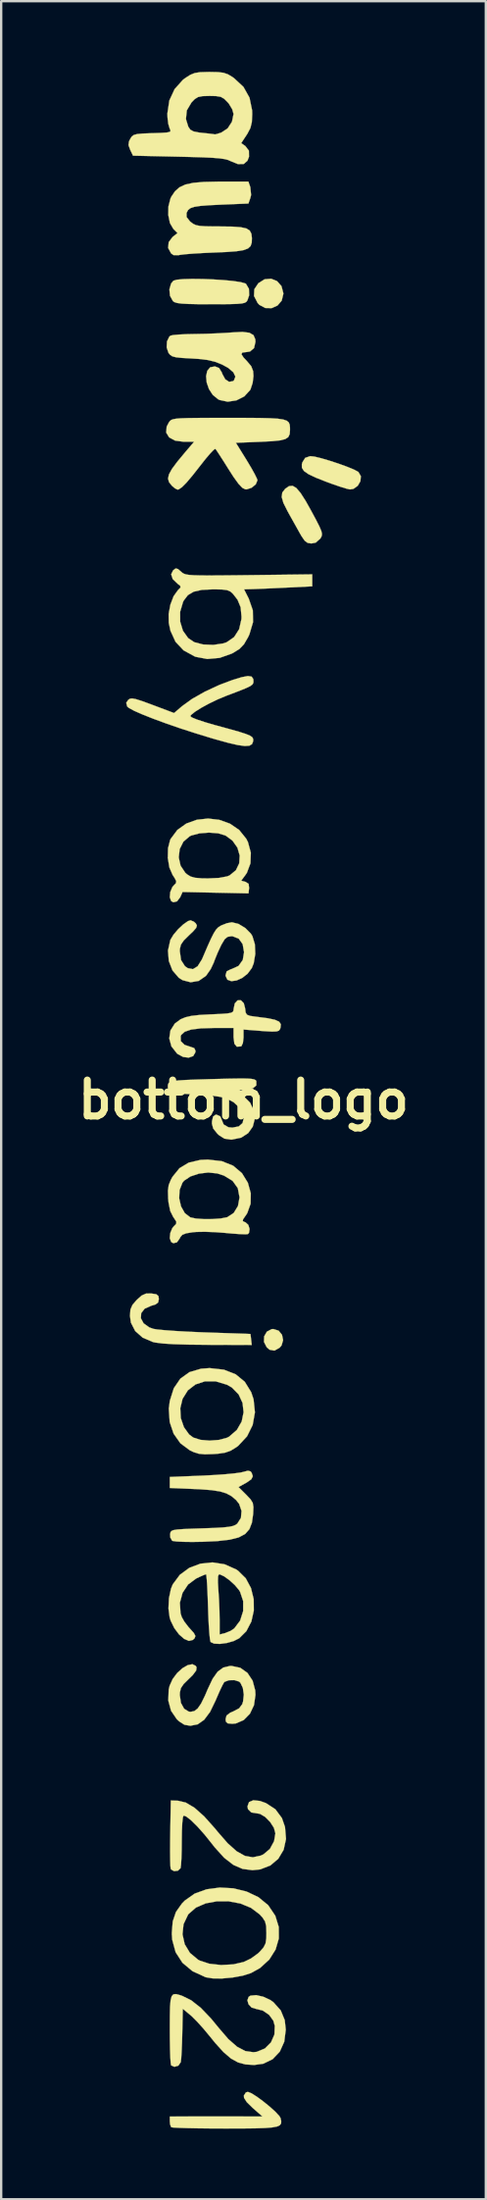
<source format=kicad_pcb>
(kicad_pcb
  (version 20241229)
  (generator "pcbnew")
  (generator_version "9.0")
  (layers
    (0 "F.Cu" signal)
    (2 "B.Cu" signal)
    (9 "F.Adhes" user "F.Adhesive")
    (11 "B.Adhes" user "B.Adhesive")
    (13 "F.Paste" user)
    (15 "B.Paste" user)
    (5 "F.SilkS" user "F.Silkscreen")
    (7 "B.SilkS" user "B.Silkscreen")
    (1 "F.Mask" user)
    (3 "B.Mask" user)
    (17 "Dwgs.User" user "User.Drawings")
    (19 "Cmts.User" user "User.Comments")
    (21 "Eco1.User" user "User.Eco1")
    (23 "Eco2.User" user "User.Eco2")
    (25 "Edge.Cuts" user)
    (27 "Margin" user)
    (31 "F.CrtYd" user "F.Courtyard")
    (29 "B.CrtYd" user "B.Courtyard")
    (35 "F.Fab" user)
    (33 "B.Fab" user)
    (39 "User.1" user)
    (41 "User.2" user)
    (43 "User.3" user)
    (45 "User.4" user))
  (footprint "bottom_logo"
    (layer "F.Cu")
    (at 7.301 43.651)
    (property "Reference" "bottom_logo" (at 0 0 0) (layer "F.SilkS") (effects (font (size 1.524 1.524) (thickness 0.3))))
    (attr through_hole)
    (fp_poly (pts (xy 1.493 9.807) (xy 1.636 9.982) (xy 1.683 10.21) (xy 1.616 10.436) (xy 1.538 10.528) (xy 1.315 10.655) (xy 1.105 10.615) (xy 0.987 10.513) (xy 0.87 10.286) (xy 0.878 10.048) (xy 0.992 9.85) (xy 1.195 9.743) (xy 1.27 9.737) (xy 1.493 9.807)) (stroke (width 0.01) (type solid)) (fill yes) (layer "F.SilkS"))
    (fp_poly (pts (xy 1.427 -34.763) (xy 1.613 -34.552) (xy 1.693 -34.25) (xy 1.693 -34.221) (xy 1.623 -33.932) (xy 1.443 -33.725) (xy 1.196 -33.616) (xy 0.925 -33.621) (xy 0.674 -33.755) (xy 0.599 -33.836) (xy 0.446 -34.133) (xy 0.461 -34.42) (xy 0.631 -34.675) (xy 0.895 -34.841) (xy 1.174 -34.865) (xy 1.427 -34.763)) (stroke (width 0.01) (type solid)) (fill yes) (layer "F.SilkS"))
    (fp_poly (pts (xy 3.013 -27.311) (xy 3.301 -27.242) (xy 3.656 -27.138) (xy 4.035 -27.014) (xy 4.393 -26.884) (xy 4.687 -26.764) (xy 4.871 -26.667) (xy 4.887 -26.654) (xy 4.988 -26.479) (xy 4.969 -26.267) (xy 4.856 -26.071) (xy 4.674 -25.941) (xy 4.523 -25.917) (xy 4.378 -25.95) (xy 4.117 -26.03) (xy 3.782 -26.145) (xy 3.536 -26.235) (xy 3.077 -26.415) (xy 2.761 -26.565) (xy 2.569 -26.7) (xy 2.482 -26.836) (xy 2.48 -26.988) (xy 2.504 -27.071) (xy 2.622 -27.258) (xy 2.835 -27.33) (xy 2.838 -27.33) (xy 3.013 -27.311)) (stroke (width 0.01) (type solid)) (fill yes) (layer "F.SilkS"))
    (fp_poly (pts (xy 2.244 -25.979) (xy 2.425 -25.767) (xy 2.645 -25.423) (xy 2.872 -25.018) (xy 3.087 -24.619) (xy 3.229 -24.339) (xy 3.309 -24.15) (xy 3.336 -24.023) (xy 3.32 -23.928) (xy 3.27 -23.837) (xy 3.266 -23.831) (xy 3.068 -23.656) (xy 2.883 -23.622) (xy 2.729 -23.645) (xy 2.603 -23.736) (xy 2.467 -23.931) (xy 2.389 -24.067) (xy 2.202 -24.402) (xy 1.991 -24.778) (xy 1.875 -24.987) (xy 1.697 -25.34) (xy 1.623 -25.595) (xy 1.649 -25.785) (xy 1.772 -25.945) (xy 1.775 -25.947) (xy 1.933 -26.056) (xy 2.085 -26.071) (xy 2.244 -25.979)) (stroke (width 0.01) (type solid)) (fill yes) (layer "F.SilkS"))
    (fp_poly (pts (xy -1.746 -34.853) (xy -1.287 -34.835) (xy -0.84 -34.806) (xy -0.441 -34.768) (xy -0.125 -34.721) (xy 0.072 -34.667) (xy 0.106 -34.647) (xy 0.23 -34.436) (xy 0.24 -34.16) (xy 0.166 -33.946) (xy 0.124 -33.886) (xy 0.053 -33.843) (xy -0.072 -33.814) (xy -0.274 -33.796) (xy -0.58 -33.786) (xy -1.013 -33.782) (xy -1.394 -33.782) (xy -1.945 -33.784) (xy -2.351 -33.793) (xy -2.636 -33.809) (xy -2.825 -33.835) (xy -2.941 -33.873) (xy -3 -33.915) (xy -3.125 -34.139) (xy -3.15 -34.413) (xy -3.077 -34.664) (xy -2.979 -34.78) (xy -2.833 -34.823) (xy -2.555 -34.848) (xy -2.181 -34.858) (xy -1.746 -34.853)) (stroke (width 0.01) (type solid)) (fill yes) (layer "F.SilkS"))
    (fp_poly (pts (xy 0.339 42.193) (xy 0.573 42.341) (xy 0.848 42.544) (xy 1.126 42.77) (xy 1.365 42.987) (xy 1.528 43.165) (xy 1.574 43.245) (xy 1.603 43.371) (xy 1.598 43.472) (xy 1.544 43.548) (xy 1.423 43.604) (xy 1.217 43.643) (xy 0.911 43.667) (xy 0.487 43.681) (xy -0.073 43.687) (xy -0.784 43.688) (xy -0.801 43.688) (xy -1.397 43.686) (xy -1.938 43.68) (xy -2.399 43.671) (xy -2.757 43.659) (xy -2.991 43.646) (xy -3.076 43.632) (xy -3.121 43.51) (xy -3.133 43.378) (xy -3.133 43.18) (xy -1.164 43.178) (xy 0.804 43.177) (xy 0.392 42.816) (xy 0.14 42.57) (xy 0.023 42.387) (xy 0.015 42.289) (xy 0.1 42.157) (xy 0.185 42.132) (xy 0.339 42.193)) (stroke (width 0.01) (type solid)) (fill yes) (layer "F.SilkS"))
    (fp_poly (pts (xy -3.919 8.229) (xy -3.707 8.261) (xy -3.616 8.336) (xy -3.598 8.463) (xy -3.629 8.61) (xy -3.75 8.698) (xy -3.922 8.749) (xy -4.203 8.874) (xy -4.349 9.063) (xy -4.363 9.281) (xy -4.248 9.494) (xy -4.007 9.667) (xy -3.831 9.73) (xy -3.655 9.758) (xy -3.338 9.788) (xy -2.912 9.819) (xy -2.404 9.848) (xy -1.845 9.873) (xy -1.609 9.882) (xy 0.296 9.948) (xy 0.323 10.181) (xy 0.35 10.414) (xy -1.54 10.408) (xy -2.326 10.4) (xy -2.951 10.382) (xy -3.423 10.353) (xy -3.748 10.312) (xy -3.849 10.29) (xy -4.286 10.104) (xy -4.604 9.823) (xy -4.787 9.465) (xy -4.826 9.179) (xy -4.806 8.909) (xy -4.72 8.71) (xy -4.533 8.495) (xy -4.533 8.495) (xy -4.325 8.312) (xy -4.145 8.233) (xy -3.923 8.228) (xy -3.919 8.229)) (stroke (width 0.01) (type solid)) (fill yes) (layer "F.SilkS"))
    (fp_poly (pts (xy -0.833 11.464) (xy -0.334 11.659) (xy 0.054 11.978) (xy 0.326 12.418) (xy 0.427 12.72) (xy 0.485 13.276) (xy 0.39 13.81) (xy 0.151 14.293) (xy -0.219 14.691) (xy -0.313 14.762) (xy -0.543 14.903) (xy -0.777 14.986) (xy -1.079 15.032) (xy -1.286 15.047) (xy -1.643 15.058) (xy -1.9 15.034) (xy -2.122 14.964) (xy -2.285 14.886) (xy -2.683 14.59) (xy -2.971 14.181) (xy -3.138 13.686) (xy -3.175 13.128) (xy -3.172 13.102) (xy -2.688 13.102) (xy -2.666 13.519) (xy -2.533 13.906) (xy -2.312 14.214) (xy -2.137 14.345) (xy -1.831 14.443) (xy -1.442 14.476) (xy -1.043 14.446) (xy -0.704 14.355) (xy -0.613 14.309) (xy -0.282 14.022) (xy -0.077 13.665) (xy 0.003 13.272) (xy -0.04 12.878) (xy -0.206 12.517) (xy -0.492 12.224) (xy -0.7 12.104) (xy -1.183 11.959) (xy -1.638 11.958) (xy -2.04 12.09) (xy -2.366 12.342) (xy -2.592 12.703) (xy -2.688 13.102) (xy -3.172 13.102) (xy -3.133 12.788) (xy -2.964 12.252) (xy -2.685 11.845) (xy -2.298 11.568) (xy -1.803 11.422) (xy -1.439 11.397) (xy -0.833 11.464)) (stroke (width 0.01) (type solid)) (fill yes) (layer "F.SilkS"))
    (fp_poly (pts (xy 0.298 15.782) (xy 0.342 15.835) (xy 0.397 15.987) (xy 0.333 16.117) (xy 0.129 16.26) (xy 0.078 16.288) (xy -0.213 16.447) (xy 0.116 16.775) (xy 0.298 16.967) (xy 0.392 17.119) (xy 0.421 17.298) (xy 0.41 17.573) (xy 0.407 17.608) (xy 0.357 17.962) (xy 0.251 18.236) (xy 0.07 18.441) (xy -0.204 18.587) (xy -0.591 18.684) (xy -1.11 18.743) (xy -1.736 18.772) (xy -2.174 18.779) (xy -2.555 18.774) (xy -2.847 18.76) (xy -3.013 18.736) (xy -3.034 18.727) (xy -3.112 18.591) (xy -3.119 18.448) (xy -3.104 18.371) (xy -3.066 18.316) (xy -2.98 18.278) (xy -2.822 18.252) (xy -2.565 18.233) (xy -2.186 18.217) (xy -1.766 18.203) (xy -1.251 18.185) (xy -0.878 18.164) (xy -0.619 18.137) (xy -0.446 18.101) (xy -0.331 18.051) (xy -0.263 18) (xy -0.109 17.757) (xy -0.084 17.461) (xy -0.185 17.165) (xy -0.318 16.997) (xy -0.515 16.833) (xy -0.733 16.715) (xy -1.007 16.633) (xy -1.368 16.578) (xy -1.851 16.542) (xy -2.095 16.531) (xy -3.133 16.487) (xy -3.133 16.02) (xy -1.714 15.962) (xy -1.219 15.936) (xy -0.764 15.904) (xy -0.384 15.867) (xy -0.115 15.83) (xy -0.017 15.807) (xy 0.187 15.754) (xy 0.298 15.782)) (stroke (width 0.01) (type solid)) (fill yes) (layer "F.SilkS"))
    (fp_poly (pts (xy 0.289 -38.756) (xy 0.322 -38.422) (xy 0.29 -38.291) (xy 0.208 -38.058) (xy -0.933 -38.011) (xy -1.455 -37.986) (xy -1.832 -37.957) (xy -2.092 -37.917) (xy -2.258 -37.861) (xy -2.356 -37.783) (xy -2.413 -37.676) (xy -2.421 -37.653) (xy -2.419 -37.483) (xy -2.283 -37.309) (xy -2.25 -37.279) (xy -2.142 -37.197) (xy -2.022 -37.141) (xy -1.856 -37.108) (xy -1.609 -37.091) (xy -1.246 -37.085) (xy -0.985 -37.084) (xy -0.479 -37.078) (xy -0.119 -37.052) (xy 0.121 -37) (xy 0.264 -36.91) (xy 0.335 -36.775) (xy 0.357 -36.589) (xy 0.35 -36.397) (xy 0.302 -36.253) (xy 0.192 -36.15) (xy -0.002 -36.079) (xy -0.302 -36.031) (xy -0.73 -35.999) (xy -1.252 -35.977) (xy -1.722 -35.956) (xy -2.143 -35.931) (xy -2.481 -35.904) (xy -2.702 -35.877) (xy -2.76 -35.864) (xy -2.971 -35.865) (xy -3.078 -35.94) (xy -3.203 -36.169) (xy -3.18 -36.419) (xy -3.014 -36.639) (xy -3.011 -36.641) (xy -2.805 -36.803) (xy -2.983 -36.981) (xy -3.127 -37.227) (xy -3.197 -37.566) (xy -3.191 -37.935) (xy -3.104 -38.273) (xy -3.067 -38.35) (xy -2.914 -38.577) (xy -2.725 -38.745) (xy -2.474 -38.863) (xy -2.134 -38.937) (xy -1.681 -38.976) (xy -1.088 -38.989) (xy -1.018 -38.989) (xy 0.207 -38.989) (xy 0.289 -38.756)) (stroke (width 0.01) (type solid)) (fill yes) (layer "F.SilkS"))
    (fp_poly (pts (xy 0.344 -17.968) (xy 0.414 -17.869) (xy 0.423 -17.778) (xy 0.417 -17.701) (xy 0.381 -17.636) (xy 0.292 -17.568) (xy 0.126 -17.487) (xy -0.142 -17.377) (xy -0.534 -17.227) (xy -0.727 -17.155) (xy -1.094 -17.002) (xy -1.463 -16.825) (xy -1.799 -16.642) (xy -2.066 -16.473) (xy -2.23 -16.339) (xy -2.261 -16.291) (xy -2.195 -16.235) (xy -1.986 -16.148) (xy -1.656 -16.038) (xy -1.229 -15.913) (xy -1.124 -15.885) (xy -0.582 -15.737) (xy -0.182 -15.624) (xy 0.095 -15.535) (xy 0.273 -15.462) (xy 0.37 -15.396) (xy 0.41 -15.326) (xy 0.411 -15.245) (xy 0.408 -15.218) (xy 0.361 -15.101) (xy 0.25 -15.035) (xy 0.055 -15.021) (xy -0.239 -15.061) (xy -0.652 -15.156) (xy -1.2 -15.307) (xy -1.397 -15.365) (xy -2.059 -15.568) (xy -2.702 -15.776) (xy -3.303 -15.984) (xy -3.842 -16.182) (xy -4.297 -16.362) (xy -4.648 -16.516) (xy -4.872 -16.637) (xy -4.944 -16.699) (xy -4.985 -16.854) (xy -4.904 -16.976) (xy -4.833 -17.027) (xy -4.735 -17.042) (xy -4.578 -17.013) (xy -4.332 -16.936) (xy -3.967 -16.803) (xy -3.863 -16.764) (xy -2.952 -16.422) (xy -2.611 -16.714) (xy -2.185 -17.022) (xy -1.639 -17.331) (xy -1.02 -17.617) (xy -0.477 -17.821) (xy -0.079 -17.943) (xy 0.187 -17.993) (xy 0.344 -17.968)) (stroke (width 0.01) (type solid)) (fill yes) (layer "F.SilkS"))
    (fp_poly (pts (xy -0.431 33.488) (xy 0.128 33.625) (xy 0.632 33.863) (xy 1.045 34.202) (xy 1.052 34.209) (xy 1.351 34.653) (xy 1.498 35.13) (xy 1.501 35.617) (xy 1.364 36.087) (xy 1.096 36.514) (xy 0.702 36.873) (xy 0.317 37.087) (xy -0.028 37.197) (xy -0.453 37.275) (xy -0.898 37.316) (xy -1.302 37.315) (xy -1.607 37.265) (xy -1.609 37.264) (xy -2.169 37.007) (xy -2.596 36.65) (xy -2.886 36.202) (xy -3.031 35.669) (xy -3.045 35.443) (xy -2.594 35.443) (xy -2.5 35.862) (xy -2.276 36.232) (xy -1.933 36.518) (xy -1.866 36.555) (xy -1.452 36.691) (xy -0.953 36.746) (xy -0.433 36.718) (xy 0.014 36.615) (xy 0.319 36.467) (xy 0.612 36.255) (xy 0.685 36.187) (xy 0.851 35.998) (xy 0.937 35.827) (xy 0.97 35.604) (xy 0.974 35.391) (xy 0.964 35.093) (xy 0.916 34.895) (xy 0.806 34.726) (xy 0.685 34.594) (xy 0.319 34.319) (xy -0.13 34.134) (xy -0.626 34.041) (xy -1.131 34.039) (xy -1.608 34.127) (xy -2.021 34.306) (xy -2.331 34.575) (xy -2.359 34.612) (xy -2.55 35.014) (xy -2.594 35.443) (xy -3.045 35.443) (xy -3.048 35.392) (xy -3.008 34.893) (xy -2.872 34.492) (xy -2.619 34.135) (xy -2.493 34.006) (xy -2.076 33.713) (xy -1.569 33.53) (xy -1.009 33.456) (xy -0.431 33.488)) (stroke (width 0.01) (type solid)) (fill yes) (layer "F.SilkS"))
    (fp_poly (pts (xy 0.25 -32.57) (xy 0.425 -32.469) (xy 0.5 -32.294) (xy 0.508 -32.185) (xy 0.448 -31.92) (xy 0.276 -31.774) (xy 0.124 -31.75) (xy -0.049 -31.73) (xy -0.089 -31.659) (xy 0.004 -31.516) (xy 0.138 -31.375) (xy 0.326 -31.153) (xy 0.409 -30.941) (xy 0.423 -30.734) (xy 0.388 -30.441) (xy 0.3 -30.174) (xy 0.279 -30.135) (xy 0.033 -29.867) (xy -0.302 -29.698) (xy -0.671 -29.642) (xy -1.021 -29.716) (xy -1.08 -29.746) (xy -1.307 -29.931) (xy -1.469 -30.18) (xy -1.565 -30.457) (xy -1.59 -30.726) (xy -1.541 -30.954) (xy -1.416 -31.104) (xy -1.211 -31.141) (xy -1.038 -31.072) (xy -0.923 -30.887) (xy -0.9 -30.82) (xy -0.777 -30.595) (xy -0.613 -30.487) (xy -0.446 -30.515) (xy -0.406 -30.548) (xy -0.345 -30.708) (xy -0.433 -30.892) (xy -0.657 -31.082) (xy -0.914 -31.222) (xy -1.206 -31.337) (xy -1.514 -31.412) (xy -1.894 -31.458) (xy -2.223 -31.479) (xy -2.612 -31.501) (xy -2.867 -31.528) (xy -3.025 -31.569) (xy -3.123 -31.634) (xy -3.19 -31.719) (xy -3.267 -31.948) (xy -3.253 -32.202) (xy -3.155 -32.403) (xy -3.105 -32.446) (xy -2.984 -32.473) (xy -2.732 -32.495) (xy -2.39 -32.511) (xy -2.074 -32.517) (xy -1.603 -32.526) (xy -1.109 -32.545) (xy -0.668 -32.57) (xy -0.48 -32.584) (xy -0.044 -32.606) (xy 0.25 -32.57)) (stroke (width 0.01) (type solid)) (fill yes) (layer "F.SilkS"))
    (fp_poly (pts (xy 0.138 -0.899) (xy 0.339 -0.886) (xy 0.46 -0.862) (xy 0.523 -0.825) (xy 0.544 -0.791) (xy 0.544 -0.609) (xy 0.397 -0.484) (xy 0.115 -0.426) (xy 0.019 -0.423) (xy -0.364 -0.423) (xy -0.021 -0.175) (xy 0.279 0.124) (xy 0.443 0.464) (xy 0.479 0.813) (xy 0.394 1.141) (xy 0.199 1.417) (xy -0.099 1.611) (xy -0.492 1.692) (xy -0.536 1.693) (xy -0.813 1.652) (xy -1.048 1.502) (xy -1.113 1.44) (xy -1.287 1.225) (xy -1.343 1.015) (xy -1.339 0.911) (xy -1.292 0.711) (xy -1.188 0.638) (xy -1.144 0.635) (xy -0.988 0.707) (xy -0.945 0.804) (xy -0.844 1.051) (xy -0.643 1.168) (xy -0.472 1.185) (xy -0.199 1.132) (xy -0.041 0.991) (xy 0.008 0.79) (xy -0.044 0.556) (xy -0.19 0.319) (xy -0.421 0.105) (xy -0.732 -0.057) (xy -0.811 -0.083) (xy -1.042 -0.131) (xy -1.385 -0.176) (xy -1.784 -0.211) (xy -1.99 -0.223) (xy -2.469 -0.248) (xy -2.804 -0.274) (xy -3.021 -0.309) (xy -3.146 -0.359) (xy -3.202 -0.431) (xy -3.217 -0.531) (xy -3.217 -0.55) (xy -3.213 -0.637) (xy -3.186 -0.703) (xy -3.116 -0.754) (xy -2.985 -0.791) (xy -2.771 -0.818) (xy -2.456 -0.839) (xy -2.018 -0.856) (xy -1.439 -0.874) (xy -1.172 -0.881) (xy -0.596 -0.895) (xy -0.167 -0.901) (xy 0.138 -0.899)) (stroke (width 0.01) (type solid)) (fill yes) (layer "F.SilkS"))
    (fp_poly (pts (xy 0.012 -4.098) (xy 0.068 -3.882) (xy 0.089 -3.708) (xy 0.145 -3.611) (xy 0.277 -3.56) (xy 0.528 -3.525) (xy 0.576 -3.519) (xy 1.031 -3.46) (xy 1.337 -3.395) (xy 1.516 -3.313) (xy 1.587 -3.205) (xy 1.572 -3.058) (xy 1.552 -2.998) (xy 1.504 -2.934) (xy 1.402 -2.9) (xy 1.21 -2.894) (xy 0.895 -2.911) (xy 0.75 -2.922) (xy 0 -2.981) (xy 0 -2.643) (xy -0.025 -2.411) (xy -0.088 -2.276) (xy -0.106 -2.265) (xy -0.284 -2.252) (xy -0.388 -2.378) (xy -0.423 -2.653) (xy -0.423 -2.674) (xy -0.423 -3.048) (xy -1.257 -3.048) (xy -1.819 -3.031) (xy -2.228 -2.979) (xy -2.499 -2.887) (xy -2.647 -2.753) (xy -2.671 -2.698) (xy -2.665 -2.487) (xy -2.506 -2.331) (xy -2.278 -2.255) (xy -2.096 -2.193) (xy -2.042 -2.082) (xy -2.047 -2.012) (xy -2.14 -1.853) (xy -2.329 -1.787) (xy -2.566 -1.816) (xy -2.803 -1.943) (xy -2.828 -1.964) (xy -3.064 -2.265) (xy -3.156 -2.603) (xy -3.107 -2.938) (xy -2.922 -3.233) (xy -2.673 -3.417) (xy -2.469 -3.501) (xy -2.215 -3.56) (xy -1.872 -3.599) (xy -1.401 -3.625) (xy -1.382 -3.625) (xy -0.967 -3.643) (xy -0.693 -3.663) (xy -0.531 -3.691) (xy -0.451 -3.734) (xy -0.424 -3.798) (xy -0.422 -3.842) (xy -0.371 -4.091) (xy -0.253 -4.22) (xy -0.11 -4.223) (xy 0.012 -4.098)) (stroke (width 0.01) (type solid)) (fill yes) (layer "F.SilkS"))
    (fp_poly (pts (xy -1.026 -11.885) (xy -0.575 -11.723) (xy -0.184 -11.455) (xy 0.116 -11.083) (xy 0.189 -10.94) (xy 0.311 -10.49) (xy 0.295 -10.04) (xy 0.145 -9.639) (xy 0.087 -9.552) (xy -0.099 -9.301) (xy 0.082 -9.254) (xy 0.217 -9.17) (xy 0.238 -8.992) (xy 0.237 -8.985) (xy 0.212 -8.763) (xy -1.189 -8.793) (xy -2.59 -8.822) (xy -2.69 -8.602) (xy -2.824 -8.425) (xy -2.981 -8.384) (xy -3.076 -8.438) (xy -3.133 -8.597) (xy -3.113 -8.82) (xy -3.027 -9.028) (xy -2.97 -9.095) (xy -2.874 -9.195) (xy -2.861 -9.286) (xy -2.936 -9.429) (xy -3.013 -9.544) (xy -3.152 -9.865) (xy -3.218 -10.268) (xy -3.217 -10.289) (xy -2.754 -10.289) (xy -2.676 -9.94) (xy -2.476 -9.64) (xy -2.4 -9.572) (xy -2.249 -9.479) (xy -2.059 -9.426) (xy -1.781 -9.402) (xy -1.508 -9.398) (xy -1.038 -9.42) (xy -0.697 -9.484) (xy -0.591 -9.526) (xy -0.324 -9.746) (xy -0.182 -10.04) (xy -0.162 -10.371) (xy -0.259 -10.705) (xy -0.471 -11.005) (xy -0.765 -11.22) (xy -1.075 -11.314) (xy -1.469 -11.344) (xy -1.874 -11.312) (xy -2.22 -11.22) (xy -2.287 -11.188) (xy -2.556 -10.958) (xy -2.713 -10.644) (xy -2.754 -10.289) (xy -3.217 -10.289) (xy -3.208 -10.682) (xy -3.118 -11.034) (xy -3.098 -11.074) (xy -2.812 -11.457) (xy -2.43 -11.729) (xy -1.985 -11.889) (xy -1.506 -11.941) (xy -1.026 -11.885)) (stroke (width 0.01) (type solid)) (fill yes) (layer "F.SilkS"))
    (fp_poly (pts (xy 0.697 29.778) (xy 0.953 29.869) (xy 1.355 30.131) (xy 1.632 30.504) (xy 1.764 30.885) (xy 1.806 31.395) (xy 1.705 31.853) (xy 1.477 32.235) (xy 1.139 32.519) (xy 0.708 32.685) (xy 0.381 32.718) (xy -0.039 32.664) (xy -0.433 32.493) (xy -0.822 32.191) (xy -1.227 31.744) (xy -1.344 31.595) (xy -1.653 31.209) (xy -1.952 30.873) (xy -2.216 30.611) (xy -2.425 30.445) (xy -2.543 30.395) (xy -2.577 30.476) (xy -2.603 30.701) (xy -2.619 31.047) (xy -2.625 31.447) (xy -2.629 31.862) (xy -2.64 32.223) (xy -2.656 32.491) (xy -2.675 32.63) (xy -2.676 32.632) (xy -2.787 32.739) (xy -2.95 32.759) (xy -3.079 32.687) (xy -3.095 32.657) (xy -3.108 32.539) (xy -3.116 32.283) (xy -3.12 31.919) (xy -3.118 31.478) (xy -3.114 31.154) (xy -3.09 29.76) (xy -2.783 29.769) (xy -2.453 29.847) (xy -2.085 30.066) (xy -1.673 30.432) (xy -1.209 30.951) (xy -1.1 31.085) (xy -0.672 31.576) (xy -0.29 31.916) (xy 0.062 32.112) (xy 0.397 32.171) (xy 0.73 32.1) (xy 0.849 32.045) (xy 1.121 31.816) (xy 1.3 31.485) (xy 1.355 31.153) (xy 1.292 30.92) (xy 1.132 30.671) (xy 0.921 30.457) (xy 0.702 30.328) (xy 0.608 30.311) (xy 0.33 30.266) (xy 0.19 30.128) (xy 0.169 30.007) (xy 0.234 29.826) (xy 0.417 29.749) (xy 0.697 29.778)) (stroke (width 0.01) (type solid)) (fill yes) (layer "F.SilkS"))
    (fp_poly (pts (xy -2.713 38.019) (xy -2.606 38.055) (xy -2.223 38.244) (xy -1.82 38.56) (xy -1.382 39.016) (xy -1.054 39.415) (xy -0.644 39.891) (xy -0.272 40.216) (xy 0.077 40.399) (xy 0.418 40.448) (xy 0.563 40.432) (xy 0.91 40.289) (xy 1.168 40.03) (xy 1.314 39.696) (xy 1.329 39.327) (xy 1.268 39.111) (xy 1.088 38.862) (xy 0.816 38.678) (xy 0.529 38.608) (xy 0.341 38.55) (xy 0.213 38.411) (xy 0.165 38.243) (xy 0.218 38.097) (xy 0.297 38.046) (xy 0.541 38.024) (xy 0.847 38.094) (xy 1.147 38.236) (xy 1.271 38.325) (xy 1.582 38.672) (xy 1.752 39.083) (xy 1.796 39.492) (xy 1.732 40.002) (xy 1.542 40.425) (xy 1.24 40.743) (xy 0.844 40.936) (xy 0.454 40.99) (xy 0.086 40.967) (xy -0.237 40.88) (xy -0.54 40.711) (xy -0.854 40.441) (xy -1.205 40.053) (xy -1.445 39.758) (xy -1.705 39.445) (xy -1.972 39.15) (xy -2.199 38.923) (xy -2.256 38.874) (xy -2.582 38.604) (xy -2.603 39.643) (xy -2.615 40.063) (xy -2.631 40.435) (xy -2.649 40.719) (xy -2.668 40.873) (xy -2.771 41.02) (xy -2.938 41.068) (xy -3.076 41.007) (xy -3.095 40.908) (xy -3.111 40.668) (xy -3.123 40.316) (xy -3.131 39.881) (xy -3.133 39.492) (xy -3.131 38.932) (xy -3.123 38.522) (xy -3.099 38.242) (xy -3.054 38.071) (xy -2.979 37.99) (xy -2.868 37.979) (xy -2.713 38.019)) (stroke (width 0.01) (type solid)) (fill yes) (layer "F.SilkS"))
    (fp_poly (pts (xy 0.093 -28.956) (xy 0.675 -28.952) (xy 1.122 -28.941) (xy 1.453 -28.921) (xy 1.685 -28.887) (xy 1.836 -28.836) (xy 1.922 -28.764) (xy 1.963 -28.668) (xy 1.975 -28.545) (xy 1.976 -28.441) (xy 1.962 -28.265) (xy 1.903 -28.14) (xy 1.775 -28.055) (xy 1.553 -28) (xy 1.212 -27.965) (xy 0.726 -27.94) (xy 0.723 -27.94) (xy -0.325 -27.898) (xy 0.134 -27.158) (xy 0.326 -26.838) (xy 0.479 -26.563) (xy 0.573 -26.37) (xy 0.593 -26.304) (xy 0.52 -26.133) (xy 0.346 -25.989) (xy 0.137 -25.92) (xy 0.074 -25.922) (xy -0.05 -25.985) (xy -0.211 -26.154) (xy -0.421 -26.443) (xy -0.631 -26.77) (xy -0.839 -27.101) (xy -1.017 -27.378) (xy -1.143 -27.569) (xy -1.196 -27.642) (xy -1.266 -27.6) (xy -1.413 -27.447) (xy -1.616 -27.209) (xy -1.821 -26.949) (xy -2.164 -26.513) (xy -2.425 -26.204) (xy -2.617 -26.011) (xy -2.752 -25.92) (xy -2.803 -25.908) (xy -2.913 -25.962) (xy -3.048 -26.077) (xy -3.164 -26.222) (xy -3.208 -26.373) (xy -3.171 -26.553) (xy -3.044 -26.785) (xy -2.817 -27.091) (xy -2.481 -27.495) (xy -2.469 -27.51) (xy -2.101 -27.94) (xy -2.532 -27.94) (xy -2.905 -27.989) (xy -3.161 -28.126) (xy -3.286 -28.33) (xy -3.267 -28.584) (xy -3.17 -28.768) (xy -3.128 -28.823) (xy -3.075 -28.866) (xy -2.991 -28.898) (xy -2.857 -28.922) (xy -2.654 -28.938) (xy -2.362 -28.948) (xy -1.962 -28.953) (xy -1.434 -28.956) (xy -0.759 -28.956) (xy -0.641 -28.956) (xy 0.093 -28.956)) (stroke (width 0.01) (type solid)) (fill yes) (layer "F.SilkS"))
    (fp_poly (pts (xy -2.03 24.042) (xy -1.996 24.103) (xy -2.012 24.238) (xy -2.157 24.432) (xy -2.325 24.597) (xy -2.546 24.815) (xy -2.662 24.987) (xy -2.705 25.169) (xy -2.709 25.283) (xy -2.66 25.616) (xy -2.525 25.861) (xy -2.326 25.984) (xy -2.252 25.993) (xy -2.092 25.962) (xy -1.95 25.854) (xy -1.805 25.645) (xy -1.641 25.312) (xy -1.525 25.04) (xy -1.313 24.591) (xy -1.1 24.29) (xy -0.865 24.116) (xy -0.588 24.048) (xy -0.508 24.045) (xy -0.138 24.123) (xy 0.167 24.339) (xy 0.386 24.669) (xy 0.498 25.087) (xy 0.508 25.273) (xy 0.445 25.709) (xy 0.272 26.075) (xy 0.009 26.343) (xy -0.319 26.485) (xy -0.477 26.501) (xy -0.673 26.483) (xy -0.751 26.405) (xy -0.762 26.302) (xy -0.72 26.15) (xy -0.568 26.033) (xy -0.428 25.972) (xy -0.187 25.845) (xy -0.058 25.674) (xy -0.019 25.557) (xy 0.013 25.265) (xy -0.028 24.979) (xy -0.13 24.764) (xy -0.189 24.709) (xy -0.387 24.647) (xy -0.619 24.652) (xy -0.8 24.718) (xy -0.827 24.744) (xy -0.897 24.868) (xy -1.01 25.105) (xy -1.143 25.409) (xy -1.183 25.504) (xy -1.422 25.997) (xy -1.673 26.332) (xy -1.947 26.524) (xy -2.258 26.585) (xy -2.259 26.585) (xy -2.511 26.543) (xy -2.744 26.393) (xy -2.837 26.305) (xy -3.079 25.95) (xy -3.197 25.515) (xy -3.18 25.048) (xy -3.14 24.885) (xy -3.012 24.6) (xy -2.821 24.346) (xy -2.598 24.143) (xy -2.373 24.012) (xy -2.173 23.971) (xy -2.03 24.042)) (stroke (width 0.01) (type solid)) (fill yes) (layer "F.SilkS"))
    (fp_poly (pts (xy -2.107 -7.56) (xy -2.026 -7.486) (xy -1.981 -7.397) (xy -2.015 -7.294) (xy -2.147 -7.143) (xy -2.312 -6.987) (xy -2.539 -6.763) (xy -2.66 -6.587) (xy -2.705 -6.41) (xy -2.709 -6.311) (xy -2.655 -5.93) (xy -2.489 -5.671) (xy -2.369 -5.587) (xy -2.149 -5.546) (xy -1.95 -5.669) (xy -1.768 -5.959) (xy -1.738 -6.027) (xy -1.537 -6.496) (xy -1.385 -6.834) (xy -1.268 -7.066) (xy -1.172 -7.218) (xy -1.081 -7.315) (xy -0.98 -7.382) (xy -0.943 -7.402) (xy -0.705 -7.496) (xy -0.492 -7.535) (xy -0.491 -7.535) (xy -0.214 -7.467) (xy 0.076 -7.292) (xy 0.311 -7.055) (xy 0.377 -6.951) (xy 0.482 -6.604) (xy 0.5 -6.191) (xy 0.433 -5.792) (xy 0.352 -5.591) (xy 0.173 -5.351) (xy -0.055 -5.172) (xy -0.296 -5.064) (xy -0.517 -5.035) (xy -0.684 -5.096) (xy -0.76 -5.255) (xy -0.762 -5.291) (xy -0.716 -5.451) (xy -0.549 -5.536) (xy -0.517 -5.544) (xy -0.212 -5.682) (xy -0.031 -5.935) (xy 0.023 -6.265) (xy -0.036 -6.606) (xy -0.201 -6.838) (xy -0.458 -6.94) (xy -0.52 -6.943) (xy -0.677 -6.917) (xy -0.799 -6.817) (xy -0.929 -6.602) (xy -0.961 -6.54) (xy -1.102 -6.236) (xy -1.225 -5.933) (xy -1.264 -5.824) (xy -1.395 -5.546) (xy -1.58 -5.281) (xy -1.606 -5.252) (xy -1.903 -5.047) (xy -2.246 -4.988) (xy -2.592 -5.078) (xy -2.751 -5.179) (xy -3.02 -5.492) (xy -3.176 -5.894) (xy -3.21 -6.337) (xy -3.112 -6.777) (xy -3.103 -6.799) (xy -2.976 -7.009) (xy -2.781 -7.239) (xy -2.562 -7.444) (xy -2.362 -7.584) (xy -2.251 -7.62) (xy -2.107 -7.56)) (stroke (width 0.01) (type solid)) (fill yes) (layer "F.SilkS"))
    (fp_poly (pts (xy -0.923 2.609) (xy -0.437 2.804) (xy -0.067 3.118) (xy 0.185 3.526) (xy 0.309 3.972) (xy 0.302 4.416) (xy 0.159 4.817) (xy 0.092 4.918) (xy -0.019 5.078) (xy -0.031 5.154) (xy 0.057 5.198) (xy 0.086 5.207) (xy 0.204 5.315) (xy 0.258 5.49) (xy 0.233 5.654) (xy 0.186 5.705) (xy 0.079 5.714) (xy -0.159 5.706) (xy -0.489 5.683) (xy -0.776 5.656) (xy -1.21 5.623) (xy -1.641 5.608) (xy -2.003 5.614) (xy -2.152 5.626) (xy -2.439 5.673) (xy -2.603 5.738) (xy -2.691 5.843) (xy -2.712 5.891) (xy -2.831 6.057) (xy -2.984 6.093) (xy -3.076 6.04) (xy -3.134 5.88) (xy -3.112 5.657) (xy -3.025 5.449) (xy -2.968 5.38) (xy -2.864 5.274) (xy -2.855 5.182) (xy -2.945 5.039) (xy -2.985 4.984) (xy -3.115 4.725) (xy -3.188 4.361) (xy -3.202 4.192) (xy -3.202 4.186) (xy -2.735 4.186) (xy -2.656 4.531) (xy -2.494 4.817) (xy -2.26 4.995) (xy -2.03 5.045) (xy -1.696 5.069) (xy -1.322 5.068) (xy -0.97 5.043) (xy -0.705 4.992) (xy -0.687 4.986) (xy -0.417 4.808) (xy -0.236 4.514) (xy -0.169 4.148) (xy -0.169 4.147) (xy -0.243 3.755) (xy -0.464 3.446) (xy -0.829 3.223) (xy -1.117 3.13) (xy -1.5 3.091) (xy -1.898 3.139) (xy -2.258 3.259) (xy -2.526 3.438) (xy -2.596 3.523) (xy -2.718 3.834) (xy -2.735 4.186) (xy -3.202 4.186) (xy -3.212 3.862) (xy -3.18 3.624) (xy -3.091 3.405) (xy -3.017 3.271) (xy -2.722 2.908) (xy -2.331 2.672) (xy -1.832 2.556) (xy -1.518 2.542) (xy -0.923 2.609)) (stroke (width 0.01) (type solid)) (fill yes) (layer "F.SilkS"))
    (fp_poly (pts (xy -0.807 19.727) (xy -0.319 19.943) (xy -0.233 20) (xy 0.096 20.324) (xy 0.318 20.739) (xy 0.433 21.207) (xy 0.438 21.693) (xy 0.334 22.159) (xy 0.12 22.569) (xy -0.181 22.868) (xy -0.416 22.987) (xy -0.706 23.069) (xy -1.001 23.109) (xy -1.247 23.098) (xy -1.394 23.032) (xy -1.402 23.022) (xy -1.427 22.903) (xy -1.453 22.646) (xy -1.478 22.282) (xy -1.498 21.842) (xy -1.508 21.531) (xy -1.524 21.069) (xy -1.542 20.673) (xy -1.555 20.464) (xy -1.09 20.464) (xy -1.071 20.798) (xy -1.042 21.235) (xy -1.022 21.717) (xy -1.016 22.078) (xy -1.016 22.709) (xy -0.783 22.651) (xy -0.547 22.555) (xy -0.393 22.451) (xy -0.144 22.12) (xy -0.015 21.716) (xy -0.014 21.291) (xy -0.146 20.897) (xy -0.193 20.821) (xy -0.369 20.611) (xy -0.596 20.404) (xy -0.826 20.239) (xy -1.009 20.155) (xy -1.041 20.151) (xy -1.081 20.232) (xy -1.09 20.464) (xy -1.555 20.464) (xy -1.562 20.37) (xy -1.581 20.19) (xy -1.593 20.151) (xy -1.69 20.185) (xy -1.885 20.271) (xy -2.008 20.329) (xy -2.355 20.585) (xy -2.592 20.941) (xy -2.705 21.359) (xy -2.678 21.798) (xy -2.628 21.963) (xy -2.516 22.162) (xy -2.341 22.39) (xy -2.289 22.447) (xy -2.111 22.646) (xy -2.045 22.773) (xy -2.08 22.87) (xy -2.154 22.94) (xy -2.321 22.982) (xy -2.526 22.894) (xy -2.742 22.705) (xy -2.941 22.439) (xy -3.095 22.126) (xy -3.139 21.99) (xy -3.19 21.605) (xy -3.169 21.17) (xy -3.084 20.767) (xy -3.009 20.582) (xy -2.707 20.175) (xy -2.304 19.879) (xy -1.831 19.702) (xy -1.322 19.648) (xy -0.807 19.727)) (stroke (width 0.01) (type solid)) (fill yes) (layer "F.SilkS"))
    (fp_poly (pts (xy -2.788 -22.539) (xy -2.661 -22.431) (xy -2.603 -22.38) (xy -2.538 -22.34) (xy -2.446 -22.309) (xy -2.309 -22.287) (xy -2.108 -22.273) (xy -1.825 -22.265) (xy -1.442 -22.263) (xy -0.939 -22.266) (xy -0.298 -22.272) (xy 0.228 -22.278) (xy 2.921 -22.31) (xy 2.921 -21.802) (xy 1.82 -21.748) (xy 1.37 -21.726) (xy 0.949 -21.707) (xy 0.603 -21.693) (xy 0.377 -21.684) (xy 0.371 -21.684) (xy 0.023 -21.675) (xy 0.223 -21.279) (xy 0.396 -20.781) (xy 0.405 -20.281) (xy 0.25 -19.762) (xy 0.191 -19.637) (xy 0.019 -19.342) (xy -0.171 -19.143) (xy -0.445 -18.973) (xy -0.502 -18.944) (xy -1.014 -18.763) (xy -1.541 -18.716) (xy -2.032 -18.808) (xy -2.074 -18.824) (xy -2.548 -19.083) (xy -2.889 -19.444) (xy -3.105 -19.915) (xy -3.177 -20.251) (xy -3.182 -20.628) (xy -3.165 -20.72) (xy -2.694 -20.72) (xy -2.692 -20.3) (xy -2.575 -19.915) (xy -2.354 -19.605) (xy -2.094 -19.43) (xy -1.72 -19.333) (xy -1.283 -19.315) (xy -0.868 -19.376) (xy -0.719 -19.426) (xy -0.399 -19.647) (xy -0.184 -19.985) (xy -0.088 -20.413) (xy -0.085 -20.516) (xy -0.122 -20.913) (xy -0.253 -21.231) (xy -0.449 -21.484) (xy -0.558 -21.582) (xy -0.697 -21.64) (xy -0.908 -21.667) (xy -1.239 -21.675) (xy -1.289 -21.675) (xy -1.771 -21.652) (xy -2.119 -21.574) (xy -2.364 -21.428) (xy -2.538 -21.202) (xy -2.571 -21.136) (xy -2.694 -20.72) (xy -3.165 -20.72) (xy -3.108 -21.025) (xy -2.972 -21.382) (xy -2.792 -21.634) (xy -2.79 -21.636) (xy -2.677 -21.751) (xy -2.691 -21.826) (xy -2.793 -21.904) (xy -3.009 -22.11) (xy -3.075 -22.312) (xy -2.995 -22.478) (xy -2.887 -22.562) (xy -2.788 -22.539)) (stroke (width 0.01) (type solid)) (fill yes) (layer "F.SilkS"))
    (fp_poly (pts (xy -1.088 -43.639) (xy -0.848 -43.61) (xy -0.659 -43.544) (xy -0.464 -43.426) (xy -0.409 -43.388) (xy -0.003 -43.011) (xy 0.255 -42.553) (xy 0.366 -42.012) (xy 0.37 -41.857) (xy 0.354 -41.516) (xy 0.292 -41.262) (xy 0.163 -41.018) (xy 0.136 -40.977) (xy -0.098 -40.623) (xy 0.078 -40.5) (xy 0.229 -40.303) (xy 0.233 -40.043) (xy 0.166 -39.872) (xy 0.009 -39.738) (xy -0.237 -39.733) (xy -0.548 -39.859) (xy -0.55 -39.86) (xy -0.659 -39.909) (xy -0.81 -39.947) (xy -1.025 -39.977) (xy -1.327 -40.001) (xy -1.738 -40.02) (xy -2.281 -40.036) (xy -2.751 -40.047) (xy -4.697 -40.09) (xy -4.816 -40.339) (xy -4.89 -40.539) (xy -4.867 -40.699) (xy -4.814 -40.804) (xy -4.749 -40.905) (xy -4.663 -40.969) (xy -4.52 -41.008) (xy -4.285 -41.03) (xy -3.921 -41.044) (xy -3.869 -41.045) (xy -3.492 -41.058) (xy -3.257 -41.074) (xy -3.136 -41.101) (xy -3.101 -41.147) (xy -3.126 -41.219) (xy -3.142 -41.251) (xy -3.197 -41.438) (xy -3.222 -41.645) (xy -2.448 -41.645) (xy -2.346 -41.317) (xy -2.259 -41.193) (xy -2.122 -41.119) (xy -1.887 -41.073) (xy -1.734 -41.056) (xy -1.465 -41.028) (xy -1.278 -41.005) (xy -1.219 -40.993) (xy -1.143 -41.008) (xy -0.968 -41.063) (xy -0.941 -41.073) (xy -0.676 -41.247) (xy -0.491 -41.531) (xy -0.423 -41.862) (xy -0.479 -42.059) (xy -0.616 -42.287) (xy -0.669 -42.352) (xy -0.821 -42.505) (xy -0.967 -42.588) (xy -1.167 -42.621) (xy -1.439 -42.627) (xy -1.739 -42.619) (xy -1.93 -42.581) (xy -2.073 -42.492) (xy -2.21 -42.352) (xy -2.411 -42.013) (xy -2.448 -41.645) (xy -3.222 -41.645) (xy -3.231 -41.717) (xy -3.235 -41.887) (xy -3.153 -42.433) (xy -2.929 -42.917) (xy -2.577 -43.31) (xy -2.469 -43.391) (xy -2.262 -43.523) (xy -2.075 -43.599) (xy -1.849 -43.635) (xy -1.525 -43.645) (xy -1.439 -43.646) (xy -1.088 -43.639)) (stroke (width 0.01) (type solid)) (fill yes) (layer "F.SilkS")))
  (gr_rect
    (start -3 -3)
    (end 17.601 90.344)
    (stroke (width 0.1) (type default))
    (fill no)
    (layer "Edge.Cuts")))
</source>
